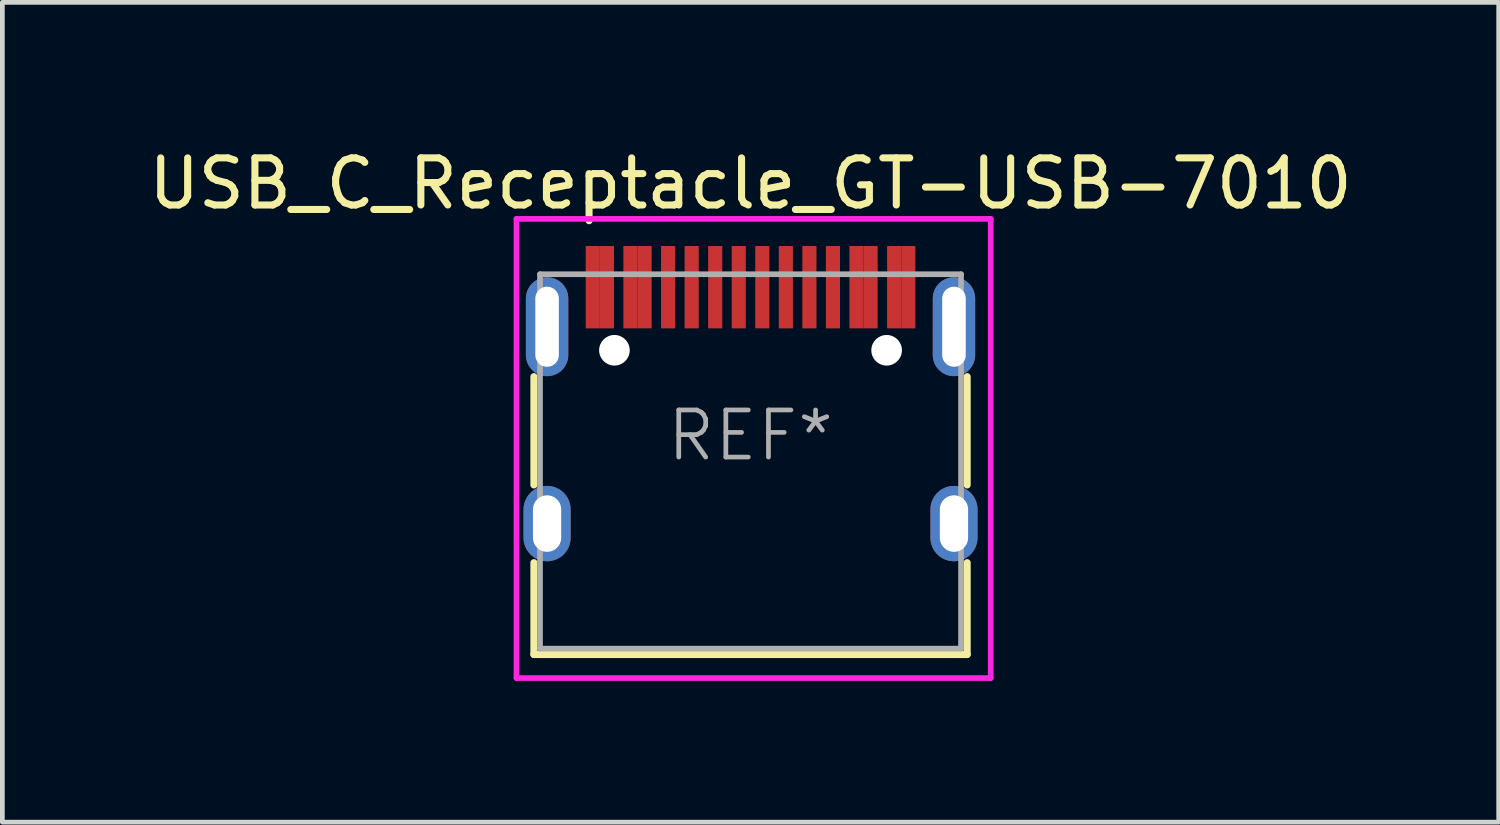
<source format=kicad_pcb>
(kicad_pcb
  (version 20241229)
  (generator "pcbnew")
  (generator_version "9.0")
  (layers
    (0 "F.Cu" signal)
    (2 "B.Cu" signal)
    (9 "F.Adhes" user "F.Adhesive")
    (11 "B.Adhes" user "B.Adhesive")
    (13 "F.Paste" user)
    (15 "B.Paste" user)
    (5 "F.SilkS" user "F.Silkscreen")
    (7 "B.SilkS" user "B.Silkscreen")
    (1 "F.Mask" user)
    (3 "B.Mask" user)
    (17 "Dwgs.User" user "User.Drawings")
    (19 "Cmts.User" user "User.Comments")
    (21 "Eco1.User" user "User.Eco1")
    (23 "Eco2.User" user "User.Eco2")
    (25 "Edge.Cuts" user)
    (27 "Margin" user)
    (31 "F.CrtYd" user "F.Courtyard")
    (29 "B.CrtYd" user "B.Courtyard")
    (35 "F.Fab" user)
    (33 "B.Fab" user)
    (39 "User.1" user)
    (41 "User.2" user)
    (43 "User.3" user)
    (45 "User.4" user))
  (footprint "USB_C_Receptacle_GT-USB-7010"
    (layer "F.Cu")
    (at 12.887 6.198)
    (property "Reference" "USB_C_Receptacle_GT-USB-7010" (at 0 -5.35 0) (layer "F.SilkS") (effects (font (size 1 1) (thickness 0.15))))
    (attr through_hole)
    (fp_line (start -4.6 1.05) (end -4.6 -1.25) (stroke (width 0.15) (type solid)) (layer "F.SilkS"))
    (fp_line (start -4.6 4.65) (end -4.6 2.7) (stroke (width 0.15) (type solid)) (layer "F.SilkS"))
    (fp_line (start 4.6 1.05) (end 4.6 -1.25) (stroke (width 0.15) (type solid)) (layer "F.SilkS"))
    (fp_line (start 4.6 4.65) (end -4.6 4.65) (stroke (width 0.15) (type solid)) (layer "F.SilkS"))
    (fp_line (start 4.6 4.65) (end 4.6 2.7) (stroke (width 0.15) (type solid)) (layer "F.SilkS"))
    (fp_line (start -4.97 -4.6) (end -4.97 5.15) (stroke (width 0.12) (type solid)) (layer "F.CrtYd"))
    (fp_line (start -4.97 -4.6) (end 5.1 -4.6) (stroke (width 0.12) (type solid)) (layer "F.CrtYd"))
    (fp_line (start -4.97 5.15) (end 5.1 5.15) (stroke (width 0.12) (type solid)) (layer "F.CrtYd"))
    (fp_line (start 5.1 -4.6) (end 5.1 5.15) (stroke (width 0.12) (type solid)) (layer "F.CrtYd"))
    (fp_line (start -4.47 -3.425) (end -4.47 4.525) (stroke (width 0.12) (type solid)) (layer "F.Fab"))
    (fp_line (start -4.47 -3.425) (end 4.47 -3.425) (stroke (width 0.12) (type solid)) (layer "F.Fab"))
    (fp_line (start 4.47 -3.425) (end 4.47 4.525) (stroke (width 0.12) (type solid)) (layer "F.Fab"))
    (fp_line (start 4.47 4.525) (end -4.47 4.525) (stroke (width 0.12) (type solid)) (layer "F.Fab"))
    (fp_text user "REF*" (at 0 0 0) (layer "F.Fab") (effects (font (size 1 1) (thickness 0.1))))
    (pad "" np_thru_hole circle (at -2.89 -1.81) (size 0.65 0.65) (drill 0.65) (layers "*.Cu" "*.Mask"))
    (pad "" np_thru_hole circle (at 2.89 -1.81) (size 0.65 0.65) (drill 0.65) (layers "*.Cu" "*.Mask"))
    (pad "A1" smd rect (at -3.35 -3.15) (size 0.3 1.75) (layers "F.Cu" "F.Mask" "F.Paste"))
    (pad "A4" smd rect (at -2.55 -3.15) (size 0.3 1.75) (layers "F.Cu" "F.Mask" "F.Paste"))
    (pad "A5" smd rect (at -1.25 -3.15) (size 0.3 1.75) (layers "F.Cu" "F.Mask" "F.Paste"))
    (pad "A6" smd rect (at -0.25 -3.15) (size 0.3 1.75) (layers "F.Cu" "F.Mask" "F.Paste"))
    (pad "A7" smd rect (at 0.25 -3.15) (size 0.3 1.75) (layers "F.Cu" "F.Mask" "F.Paste"))
    (pad "A8" smd rect (at 1.25 -3.15) (size 0.3 1.75) (layers "F.Cu" "F.Mask" "F.Paste"))
    (pad "A9" smd rect (at 2.55 -3.15) (size 0.3 1.75) (layers "F.Cu" "F.Mask" "F.Paste"))
    (pad "A12" smd rect (at 3.35 -3.15) (size 0.3 1.75) (layers "F.Cu" "F.Mask" "F.Paste"))
    (pad "B1" smd rect (at 3.05 -3.15) (size 0.3 1.75) (layers "F.Cu" "F.Mask" "F.Paste"))
    (pad "B4" smd rect (at 2.25 -3.15) (size 0.3 1.75) (layers "F.Cu" "F.Mask" "F.Paste"))
    (pad "B5" smd rect (at 1.75 -3.15) (size 0.3 1.75) (layers "F.Cu" "F.Mask" "F.Paste"))
    (pad "B6" smd rect (at 0.75 -3.15) (size 0.3 1.75) (layers "F.Cu" "F.Mask" "F.Paste"))
    (pad "B7" smd rect (at -0.75 -3.15) (size 0.3 1.75) (layers "F.Cu" "F.Mask" "F.Paste"))
    (pad "B8" smd rect (at -1.75 -3.15) (size 0.3 1.75) (layers "F.Cu" "F.Mask" "F.Paste"))
    (pad "B9" smd rect (at -2.25 -3.15) (size 0.3 1.75) (layers "F.Cu" "F.Mask" "F.Paste"))
    (pad "B12" smd rect (at -3.05 -3.15) (size 0.3 1.75) (layers "F.Cu" "F.Mask" "F.Paste"))
    (pad "S1" thru_hole oval (at -4.32 -2.31) (size 0.9 2.1) (drill oval 0.5 1.7) (layers "*.Cu" "*.Mask"))
    (pad "S1" thru_hole oval (at -4.32 1.87) (size 1 1.6) (drill oval 0.6 1.2) (layers "*.Cu" "*.Mask"))
    (pad "S1" thru_hole oval (at 4.32 -2.31) (size 0.9 2.1) (drill oval 0.5 1.7) (layers "*.Cu" "*.Mask"))
    (pad "S1" thru_hole oval (at 4.32 1.87) (size 1 1.6) (drill oval 0.6 1.2) (layers "*.Cu" "*.Mask")))
  (gr_rect
    (start -3 -3)
    (end 28.774 14.408)
    (stroke (width 0.1) (type default))
    (fill no)
    (layer "Edge.Cuts")))
</source>
